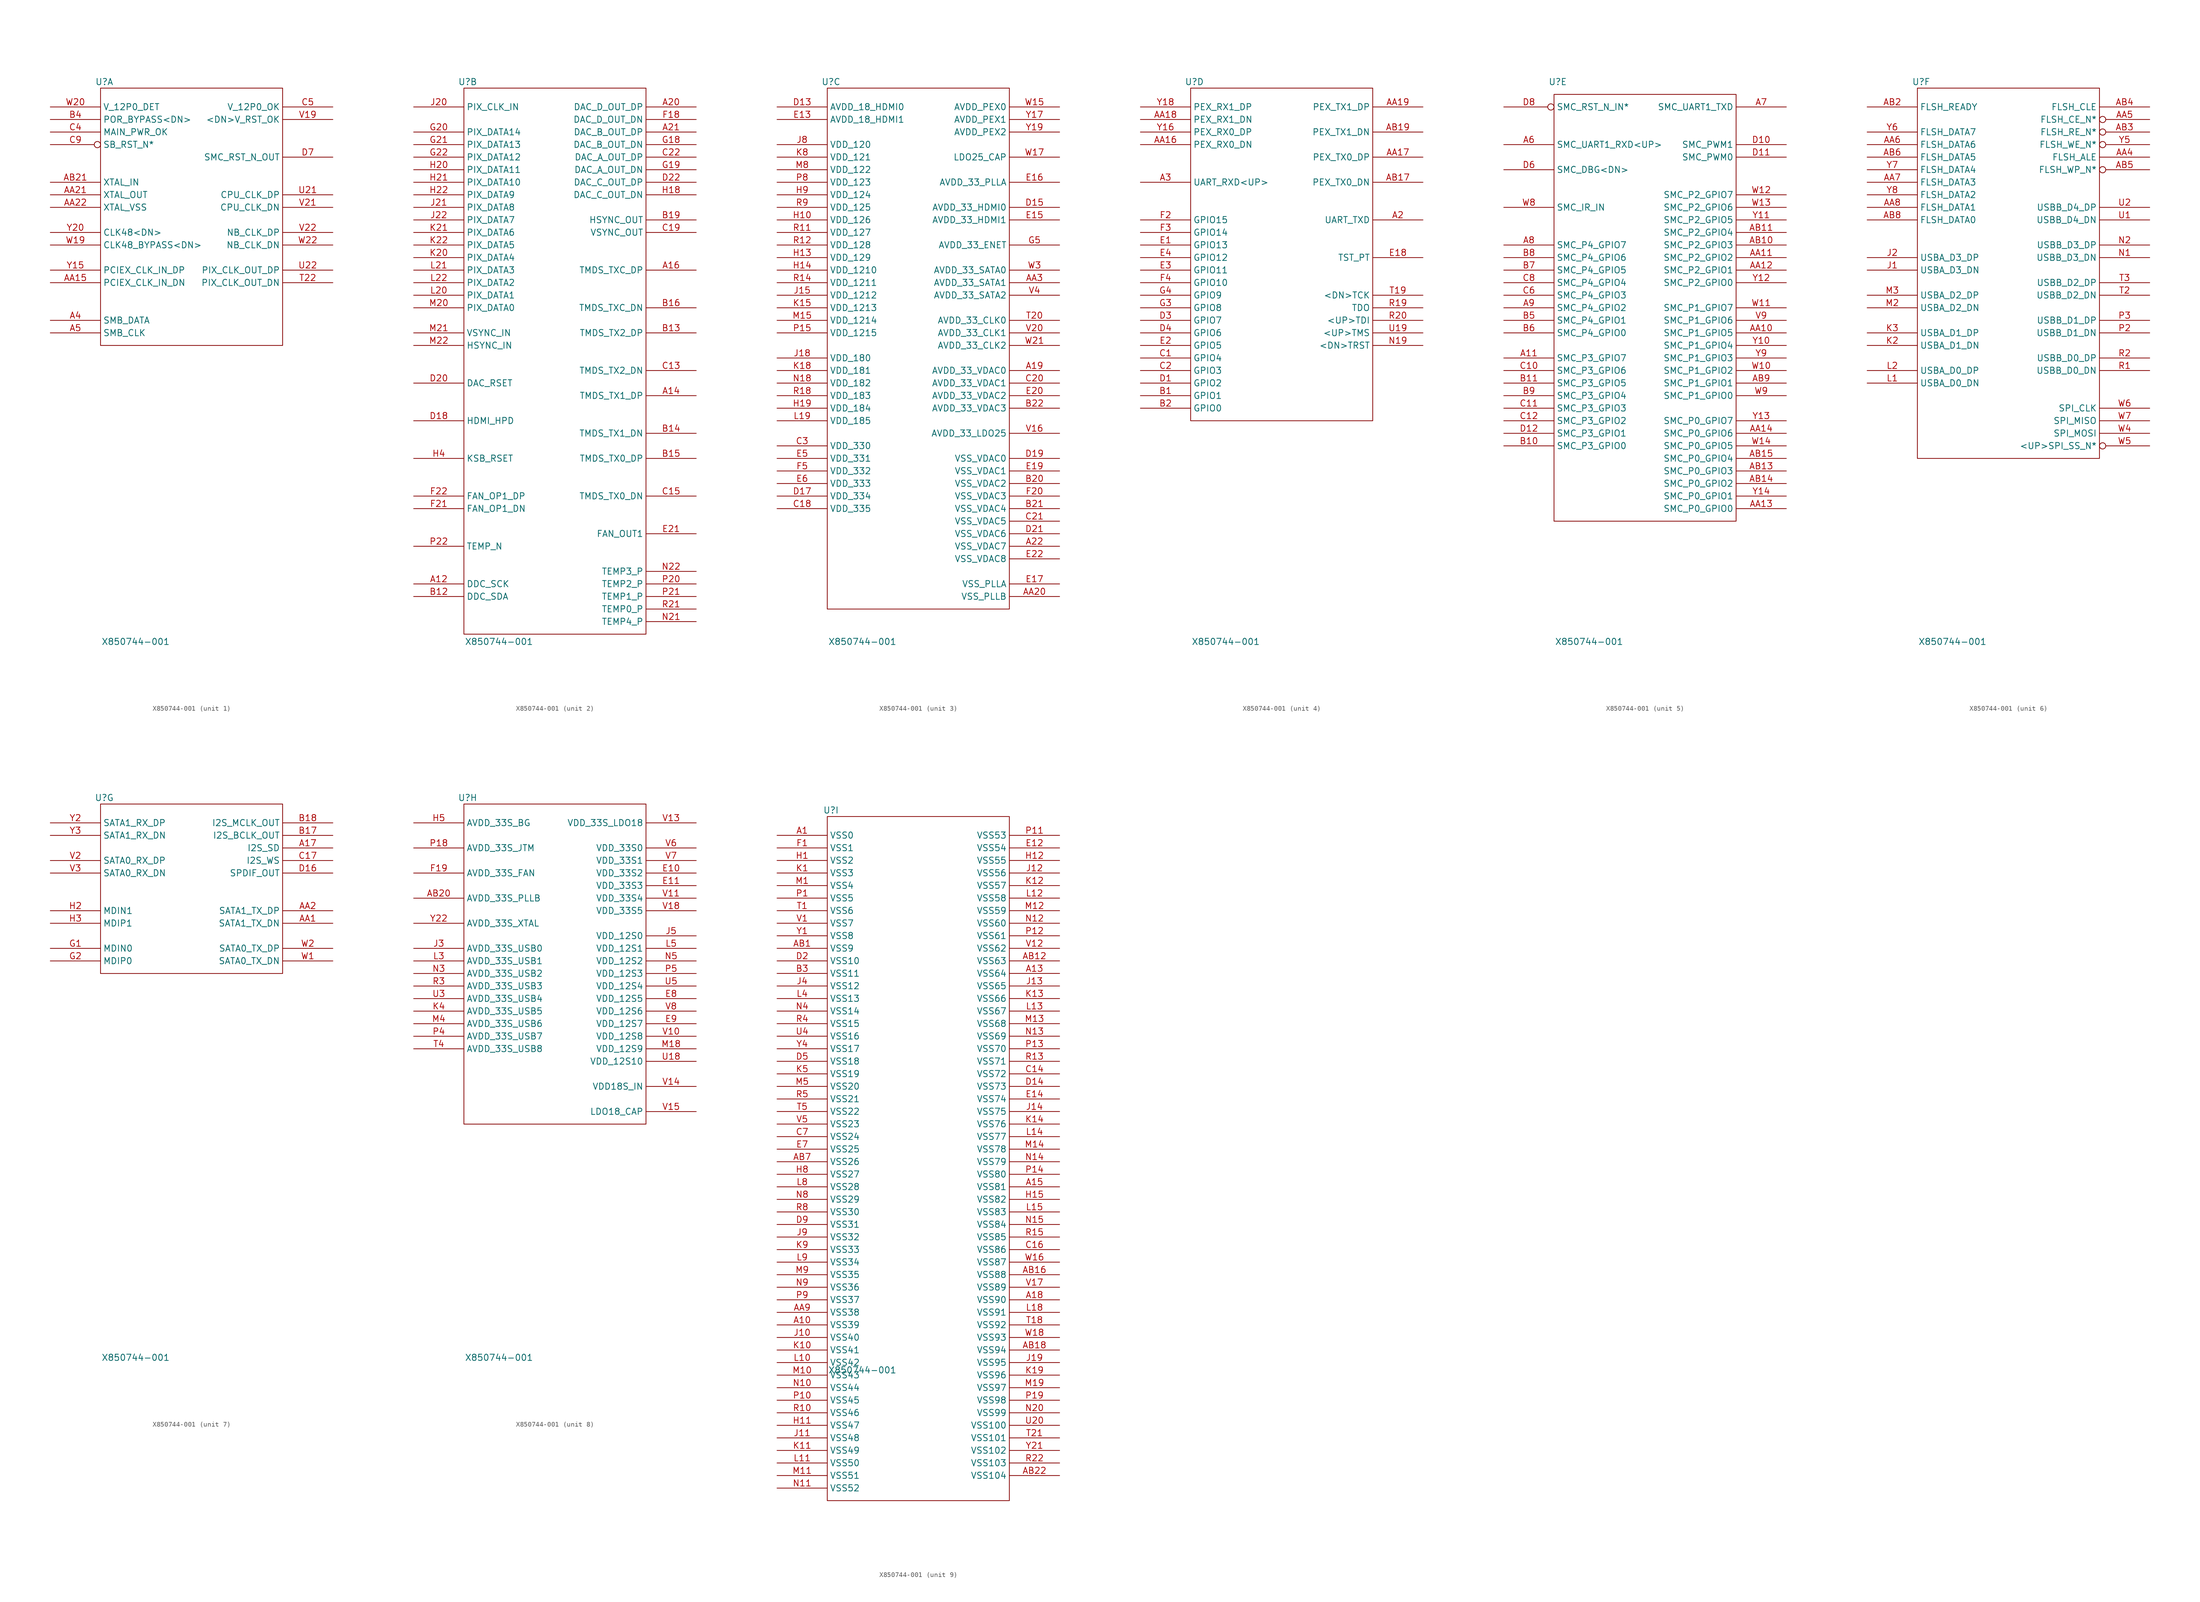
<source format=kicad_sym>
(kicad_symbol_lib
  (version 20241209)
  (generator "kicad_symbol_editor")
  (generator_version "9.0")
  (symbol "X850744-001"
    (property "Reference" "U"
      (at -17.018 27.94 0)
      (effects (font (size 1.27 1.27))))
    (property "Value" "X850744-001"
      (at -10.668 -85.344 0)
      (effects (font (size 1.27 1.27))))
    (property "ki_locked" ""
      (at 0 0 0)
      (effects (font (size 1.27 1.27))))
    (symbol "X850744-001_1_1"
      (unit_name "SETUP")
      (rectangle (start -17.78 26.67) (end 19.05 -25.4) (stroke (width 0) (type default)) (fill (type none)))
      (pin power_in line (at -27.94 22.86 0) (length 10.16) (name "V_12P0_DET" (effects (font (size 1.27 1.27)))) (number "W20" (effects (font (size 1.27 1.27)))))
      (pin input line (at -27.94 20.32 0) (length 10.16) (name "POR_BYPASS<DN>" (effects (font (size 1.27 1.27)))) (number "B4" (effects (font (size 1.27 1.27)))))
      (pin input line (at -27.94 17.78 0) (length 10.16) (name "MAIN_PWR_OK" (effects (font (size 1.27 1.27)))) (number "C4" (effects (font (size 1.27 1.27)))))
      (pin input inverted (at -27.94 15.24 0) (length 10.16) (name "SB_RST_N*" (effects (font (size 1.27 1.27)))) (number "C9" (effects (font (size 1.27 1.27)))))
      (pin input line (at -27.94 7.62 0) (length 10.16) (name "XTAL_IN" (effects (font (size 1.27 1.27)))) (number "AB21" (effects (font (size 1.27 1.27)))))
      (pin output line (at -27.94 5.08 0) (length 10.16) (name "XTAL_OUT" (effects (font (size 1.27 1.27)))) (number "AA21" (effects (font (size 1.27 1.27)))))
      (pin power_in line (at -27.94 2.54 0) (length 10.16) (name "XTAL_VSS" (effects (font (size 1.27 1.27)))) (number "AA22" (effects (font (size 1.27 1.27)))))
      (pin input line (at -27.94 -2.54 0) (length 10.16) (name "CLK48<DN>" (effects (font (size 1.27 1.27)))) (number "Y20" (effects (font (size 1.27 1.27)))))
      (pin input line (at -27.94 -5.08 0) (length 10.16) (name "CLK48_BYPASS<DN>" (effects (font (size 1.27 1.27)))) (number "W19" (effects (font (size 1.27 1.27)))))
      (pin input line (at -27.94 -10.16 0) (length 10.16) (name "PCIEX_CLK_IN_DP" (effects (font (size 1.27 1.27)))) (number "Y15" (effects (font (size 1.27 1.27)))))
      (pin input line (at -27.94 -12.7 0) (length 10.16) (name "PCIEX_CLK_IN_DN" (effects (font (size 1.27 1.27)))) (number "AA15" (effects (font (size 1.27 1.27)))))
      (pin bidirectional line (at -27.94 -20.32 0) (length 10.16) (name "SMB_DATA" (effects (font (size 1.27 1.27)))) (number "A4" (effects (font (size 1.27 1.27)))))
      (pin bidirectional line (at -27.94 -22.86 0) (length 10.16) (name "SMB_CLK" (effects (font (size 1.27 1.27)))) (number "A5" (effects (font (size 1.27 1.27)))))
      (pin output line (at 29.21 22.86 180) (length 10.16) (name "V_12P0_OK" (effects (font (size 1.27 1.27)))) (number "C5" (effects (font (size 1.27 1.27)))))
      (pin output line (at 29.21 20.32 180) (length 10.16) (name "<DN>V_RST_OK" (effects (font (size 1.27 1.27)))) (number "V19" (effects (font (size 1.27 1.27)))))
      (pin output line (at 29.21 12.7 180) (length 10.16) (name "SMC_RST_N_OUT" (effects (font (size 1.27 1.27)))) (number "D7" (effects (font (size 1.27 1.27)))))
      (pin output line (at 29.21 5.08 180) (length 10.16) (name "CPU_CLK_DP" (effects (font (size 1.27 1.27)))) (number "U21" (effects (font (size 1.27 1.27)))))
      (pin output line (at 29.21 2.54 180) (length 10.16) (name "CPU_CLK_DN" (effects (font (size 1.27 1.27)))) (number "V21" (effects (font (size 1.27 1.27)))))
      (pin output line (at 29.21 -2.54 180) (length 10.16) (name "NB_CLK_DP" (effects (font (size 1.27 1.27)))) (number "V22" (effects (font (size 1.27 1.27)))))
      (pin output line (at 29.21 -5.08 180) (length 10.16) (name "NB_CLK_DN" (effects (font (size 1.27 1.27)))) (number "W22" (effects (font (size 1.27 1.27)))))
      (pin output line (at 29.21 -10.16 180) (length 10.16) (name "PIX_CLK_OUT_DP" (effects (font (size 1.27 1.27)))) (number "U22" (effects (font (size 1.27 1.27)))))
      (pin output line (at 29.21 -12.7 180) (length 10.16) (name "PIX_CLK_OUT_DN" (effects (font (size 1.27 1.27)))) (number "T22" (effects (font (size 1.27 1.27))))))
    (symbol "X850744-001_2_1"
      (unit_name "VIDEO + FAN")
      (rectangle (start -17.78 26.67) (end 19.05 -83.82) (stroke (width 0) (type default)) (fill (type none)))
      (pin input line (at -27.94 22.86 0) (length 10.16) (name "PIX_CLK_IN" (effects (font (size 1.27 1.27)))) (number "J20" (effects (font (size 1.27 1.27)))))
      (pin input line (at -27.94 17.78 0) (length 10.16) (name "PIX_DATA14" (effects (font (size 1.27 1.27)))) (number "G20" (effects (font (size 1.27 1.27)))))
      (pin input line (at -27.94 15.24 0) (length 10.16) (name "PIX_DATA13" (effects (font (size 1.27 1.27)))) (number "G21" (effects (font (size 1.27 1.27)))))
      (pin input line (at -27.94 12.7 0) (length 10.16) (name "PIX_DATA12" (effects (font (size 1.27 1.27)))) (number "G22" (effects (font (size 1.27 1.27)))))
      (pin input line (at -27.94 10.16 0) (length 10.16) (name "PIX_DATA11" (effects (font (size 1.27 1.27)))) (number "H20" (effects (font (size 1.27 1.27)))))
      (pin input line (at -27.94 7.62 0) (length 10.16) (name "PIX_DATA10" (effects (font (size 1.27 1.27)))) (number "H21" (effects (font (size 1.27 1.27)))))
      (pin input line (at -27.94 5.08 0) (length 10.16) (name "PIX_DATA9" (effects (font (size 1.27 1.27)))) (number "H22" (effects (font (size 1.27 1.27)))))
      (pin input line (at -27.94 2.54 0) (length 10.16) (name "PIX_DATA8" (effects (font (size 1.27 1.27)))) (number "J21" (effects (font (size 1.27 1.27)))))
      (pin input line (at -27.94 0 0) (length 10.16) (name "PIX_DATA7" (effects (font (size 1.27 1.27)))) (number "J22" (effects (font (size 1.27 1.27)))))
      (pin input line (at -27.94 -2.54 0) (length 10.16) (name "PIX_DATA6" (effects (font (size 1.27 1.27)))) (number "K21" (effects (font (size 1.27 1.27)))))
      (pin input line (at -27.94 -5.08 0) (length 10.16) (name "PIX_DATA5" (effects (font (size 1.27 1.27)))) (number "K22" (effects (font (size 1.27 1.27)))))
      (pin input line (at -27.94 -7.62 0) (length 10.16) (name "PIX_DATA4" (effects (font (size 1.27 1.27)))) (number "K20" (effects (font (size 1.27 1.27)))))
      (pin input line (at -27.94 -10.16 0) (length 10.16) (name "PIX_DATA3" (effects (font (size 1.27 1.27)))) (number "L21" (effects (font (size 1.27 1.27)))))
      (pin input line (at -27.94 -12.7 0) (length 10.16) (name "PIX_DATA2" (effects (font (size 1.27 1.27)))) (number "L22" (effects (font (size 1.27 1.27)))))
      (pin input line (at -27.94 -15.24 0) (length 10.16) (name "PIX_DATA1" (effects (font (size 1.27 1.27)))) (number "L20" (effects (font (size 1.27 1.27)))))
      (pin input line (at -27.94 -17.78 0) (length 10.16) (name "PIX_DATA0" (effects (font (size 1.27 1.27)))) (number "M20" (effects (font (size 1.27 1.27)))))
      (pin input line (at -27.94 -22.86 0) (length 10.16) (name "VSYNC_IN" (effects (font (size 1.27 1.27)))) (number "M21" (effects (font (size 1.27 1.27)))))
      (pin input line (at -27.94 -25.4 0) (length 10.16) (name "HSYNC_IN" (effects (font (size 1.27 1.27)))) (number "M22" (effects (font (size 1.27 1.27)))))
      (pin power_in line (at -27.94 -33.02 0) (length 10.16) (name "DAC_RSET" (effects (font (size 1.27 1.27)))) (number "D20" (effects (font (size 1.27 1.27)))))
      (pin input line (at -27.94 -40.64 0) (length 10.16) (name "HDMI_HPD" (effects (font (size 1.27 1.27)))) (number "D18" (effects (font (size 1.27 1.27)))))
      (pin power_in line (at -27.94 -48.26 0) (length 10.16) (name "KSB_RSET" (effects (font (size 1.27 1.27)))) (number "H4" (effects (font (size 1.27 1.27)))))
      (pin input line (at -27.94 -55.88 0) (length 10.16) (name "FAN_OP1_DP" (effects (font (size 1.27 1.27)))) (number "F22" (effects (font (size 1.27 1.27)))))
      (pin input line (at -27.94 -58.42 0) (length 10.16) (name "FAN_OP1_DN" (effects (font (size 1.27 1.27)))) (number "F21" (effects (font (size 1.27 1.27)))))
      (pin input line (at -27.94 -66.04 0) (length 10.16) (name "TEMP_N" (effects (font (size 1.27 1.27)))) (number "P22" (effects (font (size 1.27 1.27)))))
      (pin bidirectional line (at -27.94 -73.66 0) (length 10.16) (name "DDC_SCK" (effects (font (size 1.27 1.27)))) (number "A12" (effects (font (size 1.27 1.27)))))
      (pin bidirectional line (at -27.94 -76.2 0) (length 10.16) (name "DDC_SDA" (effects (font (size 1.27 1.27)))) (number "B12" (effects (font (size 1.27 1.27)))))
      (pin output line (at 29.21 22.86 180) (length 10.16) (name "DAC_D_OUT_DP" (effects (font (size 1.27 1.27)))) (number "A20" (effects (font (size 1.27 1.27)))))
      (pin output line (at 29.21 20.32 180) (length 10.16) (name "DAC_D_OUT_DN" (effects (font (size 1.27 1.27)))) (number "F18" (effects (font (size 1.27 1.27)))))
      (pin output line (at 29.21 17.78 180) (length 10.16) (name "DAC_B_OUT_DP" (effects (font (size 1.27 1.27)))) (number "A21" (effects (font (size 1.27 1.27)))))
      (pin output line (at 29.21 15.24 180) (length 10.16) (name "DAC_B_OUT_DN" (effects (font (size 1.27 1.27)))) (number "G18" (effects (font (size 1.27 1.27)))))
      (pin output line (at 29.21 12.7 180) (length 10.16) (name "DAC_A_OUT_DP" (effects (font (size 1.27 1.27)))) (number "C22" (effects (font (size 1.27 1.27)))))
      (pin output line (at 29.21 10.16 180) (length 10.16) (name "DAC_A_OUT_DN" (effects (font (size 1.27 1.27)))) (number "G19" (effects (font (size 1.27 1.27)))))
      (pin output line (at 29.21 7.62 180) (length 10.16) (name "DAC_C_OUT_DP" (effects (font (size 1.27 1.27)))) (number "D22" (effects (font (size 1.27 1.27)))))
      (pin output line (at 29.21 5.08 180) (length 10.16) (name "DAC_C_OUT_DN" (effects (font (size 1.27 1.27)))) (number "H18" (effects (font (size 1.27 1.27)))))
      (pin output line (at 29.21 0 180) (length 10.16) (name "HSYNC_OUT" (effects (font (size 1.27 1.27)))) (number "B19" (effects (font (size 1.27 1.27)))))
      (pin output line (at 29.21 -2.54 180) (length 10.16) (name "VSYNC_OUT" (effects (font (size 1.27 1.27)))) (number "C19" (effects (font (size 1.27 1.27)))))
      (pin output line (at 29.21 -10.16 180) (length 10.16) (name "TMDS_TXC_DP" (effects (font (size 1.27 1.27)))) (number "A16" (effects (font (size 1.27 1.27)))))
      (pin output line (at 29.21 -17.78 180) (length 10.16) (name "TMDS_TXC_DN" (effects (font (size 1.27 1.27)))) (number "B16" (effects (font (size 1.27 1.27)))))
      (pin output line (at 29.21 -22.86 180) (length 10.16) (name "TMDS_TX2_DP" (effects (font (size 1.27 1.27)))) (number "B13" (effects (font (size 1.27 1.27)))))
      (pin output line (at 29.21 -30.48 180) (length 10.16) (name "TMDS_TX2_DN" (effects (font (size 1.27 1.27)))) (number "C13" (effects (font (size 1.27 1.27)))))
      (pin output line (at 29.21 -35.56 180) (length 10.16) (name "TMDS_TX1_DP" (effects (font (size 1.27 1.27)))) (number "A14" (effects (font (size 1.27 1.27)))))
      (pin output line (at 29.21 -43.18 180) (length 10.16) (name "TMDS_TX1_DN" (effects (font (size 1.27 1.27)))) (number "B14" (effects (font (size 1.27 1.27)))))
      (pin output line (at 29.21 -48.26 180) (length 10.16) (name "TMDS_TX0_DP" (effects (font (size 1.27 1.27)))) (number "B15" (effects (font (size 1.27 1.27)))))
      (pin output line (at 29.21 -55.88 180) (length 10.16) (name "TMDS_TX0_DN" (effects (font (size 1.27 1.27)))) (number "C15" (effects (font (size 1.27 1.27)))))
      (pin output line (at 29.21 -63.5 180) (length 10.16) (name "FAN_OUT1" (effects (font (size 1.27 1.27)))) (number "E21" (effects (font (size 1.27 1.27)))))
      (pin output line (at 29.21 -71.12 180) (length 10.16) (name "TEMP3_P" (effects (font (size 1.27 1.27)))) (number "N22" (effects (font (size 1.27 1.27)))))
      (pin output line (at 29.21 -73.66 180) (length 10.16) (name "TEMP2_P" (effects (font (size 1.27 1.27)))) (number "P20" (effects (font (size 1.27 1.27)))))
      (pin output line (at 29.21 -76.2 180) (length 10.16) (name "TEMP1_P" (effects (font (size 1.27 1.27)))) (number "P21" (effects (font (size 1.27 1.27)))))
      (pin output line (at 29.21 -78.74 180) (length 10.16) (name "TEMP0_P" (effects (font (size 1.27 1.27)))) (number "R21" (effects (font (size 1.27 1.27)))))
      (pin output line (at 29.21 -81.28 180) (length 10.16) (name "TEMP4_P" (effects (font (size 1.27 1.27)))) (number "N21" (effects (font (size 1.27 1.27))))))
    (symbol "X850744-001_3_1"
      (unit_name "MAIN POWER")
      (rectangle (start -17.78 26.67) (end 19.05 -78.74) (stroke (width 0) (type default)) (fill (type none)))
      (pin power_in line (at -27.94 22.86 0) (length 10.16) (name "AVDD_18_HDMI0" (effects (font (size 1.27 1.27)))) (number "D13" (effects (font (size 1.27 1.27)))))
      (pin power_in line (at -27.94 20.32 0) (length 10.16) (name "AVDD_18_HDMI1" (effects (font (size 1.27 1.27)))) (number "E13" (effects (font (size 1.27 1.27)))))
      (pin power_in line (at -27.94 15.24 0) (length 10.16) (name "VDD_120" (effects (font (size 1.27 1.27)))) (number "J8" (effects (font (size 1.27 1.27)))))
      (pin power_in line (at -27.94 12.7 0) (length 10.16) (name "VDD_121" (effects (font (size 1.27 1.27)))) (number "K8" (effects (font (size 1.27 1.27)))))
      (pin power_in line (at -27.94 10.16 0) (length 10.16) (name "VDD_122" (effects (font (size 1.27 1.27)))) (number "M8" (effects (font (size 1.27 1.27)))))
      (pin power_in line (at -27.94 7.62 0) (length 10.16) (name "VDD_123" (effects (font (size 1.27 1.27)))) (number "P8" (effects (font (size 1.27 1.27)))))
      (pin power_in line (at -27.94 5.08 0) (length 10.16) (name "VDD_124" (effects (font (size 1.27 1.27)))) (number "H9" (effects (font (size 1.27 1.27)))))
      (pin power_in line (at -27.94 2.54 0) (length 10.16) (name "VDD_125" (effects (font (size 1.27 1.27)))) (number "R9" (effects (font (size 1.27 1.27)))))
      (pin power_in line (at -27.94 0 0) (length 10.16) (name "VDD_126" (effects (font (size 1.27 1.27)))) (number "H10" (effects (font (size 1.27 1.27)))))
      (pin power_in line (at -27.94 -2.54 0) (length 10.16) (name "VDD_127" (effects (font (size 1.27 1.27)))) (number "R11" (effects (font (size 1.27 1.27)))))
      (pin power_in line (at -27.94 -5.08 0) (length 10.16) (name "VDD_128" (effects (font (size 1.27 1.27)))) (number "R12" (effects (font (size 1.27 1.27)))))
      (pin power_in line (at -27.94 -7.62 0) (length 10.16) (name "VDD_129" (effects (font (size 1.27 1.27)))) (number "H13" (effects (font (size 1.27 1.27)))))
      (pin power_in line (at -27.94 -10.16 0) (length 10.16) (name "VDD_1210" (effects (font (size 1.27 1.27)))) (number "H14" (effects (font (size 1.27 1.27)))))
      (pin power_in line (at -27.94 -12.7 0) (length 10.16) (name "VDD_1211" (effects (font (size 1.27 1.27)))) (number "R14" (effects (font (size 1.27 1.27)))))
      (pin power_in line (at -27.94 -15.24 0) (length 10.16) (name "VDD_1212" (effects (font (size 1.27 1.27)))) (number "J15" (effects (font (size 1.27 1.27)))))
      (pin power_in line (at -27.94 -17.78 0) (length 10.16) (name "VDD_1213" (effects (font (size 1.27 1.27)))) (number "K15" (effects (font (size 1.27 1.27)))))
      (pin power_in line (at -27.94 -20.32 0) (length 10.16) (name "VDD_1214" (effects (font (size 1.27 1.27)))) (number "M15" (effects (font (size 1.27 1.27)))))
      (pin power_in line (at -27.94 -22.86 0) (length 10.16) (name "VDD_1215" (effects (font (size 1.27 1.27)))) (number "P15" (effects (font (size 1.27 1.27)))))
      (pin power_in line (at -27.94 -27.94 0) (length 10.16) (name "VDD_180" (effects (font (size 1.27 1.27)))) (number "J18" (effects (font (size 1.27 1.27)))))
      (pin power_in line (at -27.94 -30.48 0) (length 10.16) (name "VDD_181" (effects (font (size 1.27 1.27)))) (number "K18" (effects (font (size 1.27 1.27)))))
      (pin power_in line (at -27.94 -33.02 0) (length 10.16) (name "VDD_182" (effects (font (size 1.27 1.27)))) (number "N18" (effects (font (size 1.27 1.27)))))
      (pin power_in line (at -27.94 -35.56 0) (length 10.16) (name "VDD_183" (effects (font (size 1.27 1.27)))) (number "R18" (effects (font (size 1.27 1.27)))))
      (pin power_in line (at -27.94 -38.1 0) (length 10.16) (name "VDD_184" (effects (font (size 1.27 1.27)))) (number "H19" (effects (font (size 1.27 1.27)))))
      (pin power_in line (at -27.94 -40.64 0) (length 10.16) (name "VDD_185" (effects (font (size 1.27 1.27)))) (number "L19" (effects (font (size 1.27 1.27)))))
      (pin power_in line (at -27.94 -45.72 0) (length 10.16) (name "VDD_330" (effects (font (size 1.27 1.27)))) (number "C3" (effects (font (size 1.27 1.27)))))
      (pin power_in line (at -27.94 -48.26 0) (length 10.16) (name "VDD_331" (effects (font (size 1.27 1.27)))) (number "E5" (effects (font (size 1.27 1.27)))))
      (pin power_in line (at -27.94 -50.8 0) (length 10.16) (name "VDD_332" (effects (font (size 1.27 1.27)))) (number "F5" (effects (font (size 1.27 1.27)))))
      (pin power_in line (at -27.94 -53.34 0) (length 10.16) (name "VDD_333" (effects (font (size 1.27 1.27)))) (number "E6" (effects (font (size 1.27 1.27)))))
      (pin power_in line (at -27.94 -55.88 0) (length 10.16) (name "VDD_334" (effects (font (size 1.27 1.27)))) (number "D17" (effects (font (size 1.27 1.27)))))
      (pin power_in line (at -27.94 -58.42 0) (length 10.16) (name "VDD_335" (effects (font (size 1.27 1.27)))) (number "C18" (effects (font (size 1.27 1.27)))))
      (pin power_in line (at 29.21 22.86 180) (length 10.16) (name "AVDD_PEX0" (effects (font (size 1.27 1.27)))) (number "W15" (effects (font (size 1.27 1.27)))))
      (pin power_in line (at 29.21 20.32 180) (length 10.16) (name "AVDD_PEX1" (effects (font (size 1.27 1.27)))) (number "Y17" (effects (font (size 1.27 1.27)))))
      (pin power_in line (at 29.21 17.78 180) (length 10.16) (name "AVDD_PEX2" (effects (font (size 1.27 1.27)))) (number "Y19" (effects (font (size 1.27 1.27)))))
      (pin power_out line (at 29.21 12.7 180) (length 10.16) (name "LDO25_CAP" (effects (font (size 1.27 1.27)))) (number "W17" (effects (font (size 1.27 1.27)))))
      (pin power_in line (at 29.21 7.62 180) (length 10.16) (name "AVDD_33_PLLA" (effects (font (size 1.27 1.27)))) (number "E16" (effects (font (size 1.27 1.27)))))
      (pin power_in line (at 29.21 2.54 180) (length 10.16) (name "AVDD_33_HDMI0" (effects (font (size 1.27 1.27)))) (number "D15" (effects (font (size 1.27 1.27)))))
      (pin power_in line (at 29.21 0 180) (length 10.16) (name "AVDD_33_HDMI1" (effects (font (size 1.27 1.27)))) (number "E15" (effects (font (size 1.27 1.27)))))
      (pin power_in line (at 29.21 -5.08 180) (length 10.16) (name "AVDD_33_ENET" (effects (font (size 1.27 1.27)))) (number "G5" (effects (font (size 1.27 1.27)))))
      (pin power_in line (at 29.21 -10.16 180) (length 10.16) (name "AVDD_33_SATA0" (effects (font (size 1.27 1.27)))) (number "W3" (effects (font (size 1.27 1.27)))))
      (pin power_in line (at 29.21 -12.7 180) (length 10.16) (name "AVDD_33_SATA1" (effects (font (size 1.27 1.27)))) (number "AA3" (effects (font (size 1.27 1.27)))))
      (pin power_in line (at 29.21 -15.24 180) (length 10.16) (name "AVDD_33_SATA2" (effects (font (size 1.27 1.27)))) (number "V4" (effects (font (size 1.27 1.27)))))
      (pin power_in line (at 29.21 -20.32 180) (length 10.16) (name "AVDD_33_CLK0" (effects (font (size 1.27 1.27)))) (number "T20" (effects (font (size 1.27 1.27)))))
      (pin power_in line (at 29.21 -22.86 180) (length 10.16) (name "AVDD_33_CLK1" (effects (font (size 1.27 1.27)))) (number "V20" (effects (font (size 1.27 1.27)))))
      (pin power_in line (at 29.21 -25.4 180) (length 10.16) (name "AVDD_33_CLK2" (effects (font (size 1.27 1.27)))) (number "W21" (effects (font (size 1.27 1.27)))))
      (pin power_in line (at 29.21 -30.48 180) (length 10.16) (name "AVDD_33_VDAC0" (effects (font (size 1.27 1.27)))) (number "A19" (effects (font (size 1.27 1.27)))))
      (pin power_in line (at 29.21 -33.02 180) (length 10.16) (name "AVDD_33_VDAC1" (effects (font (size 1.27 1.27)))) (number "C20" (effects (font (size 1.27 1.27)))))
      (pin power_in line (at 29.21 -35.56 180) (length 10.16) (name "AVDD_33_VDAC2" (effects (font (size 1.27 1.27)))) (number "E20" (effects (font (size 1.27 1.27)))))
      (pin power_in line (at 29.21 -38.1 180) (length 10.16) (name "AVDD_33_VDAC3" (effects (font (size 1.27 1.27)))) (number "B22" (effects (font (size 1.27 1.27)))))
      (pin power_in line (at 29.21 -43.18 180) (length 10.16) (name "AVDD_33_LDO25" (effects (font (size 1.27 1.27)))) (number "V16" (effects (font (size 1.27 1.27)))))
      (pin power_in line (at 29.21 -48.26 180) (length 10.16) (name "VSS_VDAC0" (effects (font (size 1.27 1.27)))) (number "D19" (effects (font (size 1.27 1.27)))))
      (pin power_in line (at 29.21 -50.8 180) (length 10.16) (name "VSS_VDAC1" (effects (font (size 1.27 1.27)))) (number "E19" (effects (font (size 1.27 1.27)))))
      (pin power_in line (at 29.21 -53.34 180) (length 10.16) (name "VSS_VDAC2" (effects (font (size 1.27 1.27)))) (number "B20" (effects (font (size 1.27 1.27)))))
      (pin power_in line (at 29.21 -55.88 180) (length 10.16) (name "VSS_VDAC3" (effects (font (size 1.27 1.27)))) (number "F20" (effects (font (size 1.27 1.27)))))
      (pin power_in line (at 29.21 -58.42 180) (length 10.16) (name "VSS_VDAC4" (effects (font (size 1.27 1.27)))) (number "B21" (effects (font (size 1.27 1.27)))))
      (pin power_in line (at 29.21 -60.96 180) (length 10.16) (name "VSS_VDAC5" (effects (font (size 1.27 1.27)))) (number "C21" (effects (font (size 1.27 1.27)))))
      (pin power_in line (at 29.21 -63.5 180) (length 10.16) (name "VSS_VDAC6" (effects (font (size 1.27 1.27)))) (number "D21" (effects (font (size 1.27 1.27)))))
      (pin power_in line (at 29.21 -66.04 180) (length 10.16) (name "VSS_VDAC7" (effects (font (size 1.27 1.27)))) (number "A22" (effects (font (size 1.27 1.27)))))
      (pin power_in line (at 29.21 -68.58 180) (length 10.16) (name "VSS_VDAC8" (effects (font (size 1.27 1.27)))) (number "E22" (effects (font (size 1.27 1.27)))))
      (pin power_in line (at 29.21 -73.66 180) (length 10.16) (name "VSS_PLLA" (effects (font (size 1.27 1.27)))) (number "E17" (effects (font (size 1.27 1.27)))))
      (pin power_in line (at 29.21 -76.2 180) (length 10.16) (name "VSS_PLLB" (effects (font (size 1.27 1.27)))) (number "AA20" (effects (font (size 1.27 1.27))))))
    (symbol "X850744-001_4_1"
      (unit_name "PCIEX + SMM GPIO + JTAG")
      (rectangle (start -17.78 26.67) (end 19.05 -40.64) (stroke (width 0) (type default)) (fill (type none)))
      (pin input line (at -27.94 22.86 0) (length 10.16) (name "PEX_RX1_DP" (effects (font (size 1.27 1.27)))) (number "Y18" (effects (font (size 1.27 1.27)))))
      (pin input line (at -27.94 20.32 0) (length 10.16) (name "PEX_RX1_DN" (effects (font (size 1.27 1.27)))) (number "AA18" (effects (font (size 1.27 1.27)))))
      (pin input line (at -27.94 17.78 0) (length 10.16) (name "PEX_RX0_DP" (effects (font (size 1.27 1.27)))) (number "Y16" (effects (font (size 1.27 1.27)))))
      (pin input line (at -27.94 15.24 0) (length 10.16) (name "PEX_RX0_DN" (effects (font (size 1.27 1.27)))) (number "AA16" (effects (font (size 1.27 1.27)))))
      (pin input line (at -27.94 7.62 0) (length 10.16) (name "UART_RXD<UP>" (effects (font (size 1.27 1.27)))) (number "A3" (effects (font (size 1.27 1.27)))))
      (pin bidirectional line (at -27.94 0 0) (length 10.16) (name "GPIO15" (effects (font (size 1.27 1.27)))) (number "F2" (effects (font (size 1.27 1.27)))))
      (pin bidirectional line (at -27.94 -2.54 0) (length 10.16) (name "GPIO14" (effects (font (size 1.27 1.27)))) (number "F3" (effects (font (size 1.27 1.27)))))
      (pin bidirectional line (at -27.94 -5.08 0) (length 10.16) (name "GPIO13" (effects (font (size 1.27 1.27)))) (number "E1" (effects (font (size 1.27 1.27)))))
      (pin bidirectional line (at -27.94 -7.62 0) (length 10.16) (name "GPIO12" (effects (font (size 1.27 1.27)))) (number "E4" (effects (font (size 1.27 1.27)))))
      (pin bidirectional line (at -27.94 -10.16 0) (length 10.16) (name "GPIO11" (effects (font (size 1.27 1.27)))) (number "E3" (effects (font (size 1.27 1.27)))))
      (pin bidirectional line (at -27.94 -12.7 0) (length 10.16) (name "GPIO10" (effects (font (size 1.27 1.27)))) (number "F4" (effects (font (size 1.27 1.27)))))
      (pin bidirectional line (at -27.94 -15.24 0) (length 10.16) (name "GPIO9" (effects (font (size 1.27 1.27)))) (number "G4" (effects (font (size 1.27 1.27)))))
      (pin bidirectional line (at -27.94 -17.78 0) (length 10.16) (name "GPIO8" (effects (font (size 1.27 1.27)))) (number "G3" (effects (font (size 1.27 1.27)))))
      (pin bidirectional line (at -27.94 -20.32 0) (length 10.16) (name "GPIO7" (effects (font (size 1.27 1.27)))) (number "D3" (effects (font (size 1.27 1.27)))))
      (pin bidirectional line (at -27.94 -22.86 0) (length 10.16) (name "GPIO6" (effects (font (size 1.27 1.27)))) (number "D4" (effects (font (size 1.27 1.27)))))
      (pin bidirectional line (at -27.94 -25.4 0) (length 10.16) (name "GPIO5" (effects (font (size 1.27 1.27)))) (number "E2" (effects (font (size 1.27 1.27)))))
      (pin bidirectional line (at -27.94 -27.94 0) (length 10.16) (name "GPIO4" (effects (font (size 1.27 1.27)))) (number "C1" (effects (font (size 1.27 1.27)))))
      (pin bidirectional line (at -27.94 -30.48 0) (length 10.16) (name "GPIO3" (effects (font (size 1.27 1.27)))) (number "C2" (effects (font (size 1.27 1.27)))))
      (pin bidirectional line (at -27.94 -33.02 0) (length 10.16) (name "GPIO2" (effects (font (size 1.27 1.27)))) (number "D1" (effects (font (size 1.27 1.27)))))
      (pin bidirectional line (at -27.94 -35.56 0) (length 10.16) (name "GPIO1" (effects (font (size 1.27 1.27)))) (number "B1" (effects (font (size 1.27 1.27)))))
      (pin bidirectional line (at -27.94 -38.1 0) (length 10.16) (name "GPIO0" (effects (font (size 1.27 1.27)))) (number "B2" (effects (font (size 1.27 1.27)))))
      (pin output line (at 29.21 22.86 180) (length 10.16) (name "PEX_TX1_DP" (effects (font (size 1.27 1.27)))) (number "AA19" (effects (font (size 1.27 1.27)))))
      (pin output line (at 29.21 17.78 180) (length 10.16) (name "PEX_TX1_DN" (effects (font (size 1.27 1.27)))) (number "AB19" (effects (font (size 1.27 1.27)))))
      (pin output line (at 29.21 12.7 180) (length 10.16) (name "PEX_TX0_DP" (effects (font (size 1.27 1.27)))) (number "AA17" (effects (font (size 1.27 1.27)))))
      (pin output line (at 29.21 7.62 180) (length 10.16) (name "PEX_TX0_DN" (effects (font (size 1.27 1.27)))) (number "AB17" (effects (font (size 1.27 1.27)))))
      (pin output line (at 29.21 0 180) (length 10.16) (name "UART_TXD" (effects (font (size 1.27 1.27)))) (number "A2" (effects (font (size 1.27 1.27)))))
      (pin output line (at 29.21 -7.62 180) (length 10.16) (name "TST_PT" (effects (font (size 1.27 1.27)))) (number "E18" (effects (font (size 1.27 1.27)))))
      (pin input line (at 29.21 -15.24 180) (length 10.16) (name "<DN>TCK" (effects (font (size 1.27 1.27)))) (number "T19" (effects (font (size 1.27 1.27)))))
      (pin output line (at 29.21 -17.78 180) (length 10.16) (name "TDO" (effects (font (size 1.27 1.27)))) (number "R19" (effects (font (size 1.27 1.27)))))
      (pin input line (at 29.21 -20.32 180) (length 10.16) (name "<UP>TDI" (effects (font (size 1.27 1.27)))) (number "R20" (effects (font (size 1.27 1.27)))))
      (pin input line (at 29.21 -22.86 180) (length 10.16) (name "<UP>TMS" (effects (font (size 1.27 1.27)))) (number "U19" (effects (font (size 1.27 1.27)))))
      (pin input line (at 29.21 -25.4 180) (length 10.16) (name "<DN>TRST" (effects (font (size 1.27 1.27)))) (number "N19" (effects (font (size 1.27 1.27))))))
    (symbol "X850744-001_5_1"
      (unit_name "SMC")
      (rectangle (start -17.78 25.4) (end 19.05 -60.96) (stroke (width 0) (type default)) (fill (type none)))
      (pin input inverted (at -27.94 22.86 0) (length 10.16) (name "SMC_RST_N_IN*" (effects (font (size 1.27 1.27)))) (number "D8" (effects (font (size 1.27 1.27)))))
      (pin input line (at -27.94 15.24 0) (length 10.16) (name "SMC_UART1_RXD<UP>" (effects (font (size 1.27 1.27)))) (number "A6" (effects (font (size 1.27 1.27)))))
      (pin input line (at -27.94 10.16 0) (length 10.16) (name "SMC_DBG<DN>" (effects (font (size 1.27 1.27)))) (number "D6" (effects (font (size 1.27 1.27)))))
      (pin input line (at -27.94 2.54 0) (length 10.16) (name "SMC_IR_IN" (effects (font (size 1.27 1.27)))) (number "W8" (effects (font (size 1.27 1.27)))))
      (pin bidirectional line (at -27.94 -5.08 0) (length 10.16) (name "SMC_P4_GPIO7" (effects (font (size 1.27 1.27)))) (number "A8" (effects (font (size 1.27 1.27)))))
      (pin bidirectional line (at -27.94 -7.62 0) (length 10.16) (name "SMC_P4_GPIO6" (effects (font (size 1.27 1.27)))) (number "B8" (effects (font (size 1.27 1.27)))))
      (pin bidirectional line (at -27.94 -10.16 0) (length 10.16) (name "SMC_P4_GPIO5" (effects (font (size 1.27 1.27)))) (number "B7" (effects (font (size 1.27 1.27)))))
      (pin bidirectional line (at -27.94 -12.7 0) (length 10.16) (name "SMC_P4_GPIO4" (effects (font (size 1.27 1.27)))) (number "C8" (effects (font (size 1.27 1.27)))))
      (pin bidirectional line (at -27.94 -15.24 0) (length 10.16) (name "SMC_P4_GPIO3" (effects (font (size 1.27 1.27)))) (number "C6" (effects (font (size 1.27 1.27)))))
      (pin bidirectional line (at -27.94 -17.78 0) (length 10.16) (name "SMC_P4_GPIO2" (effects (font (size 1.27 1.27)))) (number "A9" (effects (font (size 1.27 1.27)))))
      (pin bidirectional line (at -27.94 -20.32 0) (length 10.16) (name "SMC_P4_GPIO1" (effects (font (size 1.27 1.27)))) (number "B5" (effects (font (size 1.27 1.27)))))
      (pin bidirectional line (at -27.94 -22.86 0) (length 10.16) (name "SMC_P4_GPIO0" (effects (font (size 1.27 1.27)))) (number "B6" (effects (font (size 1.27 1.27)))))
      (pin bidirectional line (at -27.94 -27.94 0) (length 10.16) (name "SMC_P3_GPIO7" (effects (font (size 1.27 1.27)))) (number "A11" (effects (font (size 1.27 1.27)))))
      (pin bidirectional line (at -27.94 -30.48 0) (length 10.16) (name "SMC_P3_GPIO6" (effects (font (size 1.27 1.27)))) (number "C10" (effects (font (size 1.27 1.27)))))
      (pin bidirectional line (at -27.94 -33.02 0) (length 10.16) (name "SMC_P3_GPIO5" (effects (font (size 1.27 1.27)))) (number "B11" (effects (font (size 1.27 1.27)))))
      (pin bidirectional line (at -27.94 -35.56 0) (length 10.16) (name "SMC_P3_GPIO4" (effects (font (size 1.27 1.27)))) (number "B9" (effects (font (size 1.27 1.27)))))
      (pin bidirectional line (at -27.94 -38.1 0) (length 10.16) (name "SMC_P3_GPIO3" (effects (font (size 1.27 1.27)))) (number "C11" (effects (font (size 1.27 1.27)))))
      (pin bidirectional line (at -27.94 -40.64 0) (length 10.16) (name "SMC_P3_GPIO2" (effects (font (size 1.27 1.27)))) (number "C12" (effects (font (size 1.27 1.27)))))
      (pin bidirectional line (at -27.94 -43.18 0) (length 10.16) (name "SMC_P3_GPIO1" (effects (font (size 1.27 1.27)))) (number "D12" (effects (font (size 1.27 1.27)))))
      (pin bidirectional line (at -27.94 -45.72 0) (length 10.16) (name "SMC_P3_GPIO0" (effects (font (size 1.27 1.27)))) (number "B10" (effects (font (size 1.27 1.27)))))
      (pin output line (at 29.21 22.86 180) (length 10.16) (name "SMC_UART1_TXD" (effects (font (size 1.27 1.27)))) (number "A7" (effects (font (size 1.27 1.27)))))
      (pin output line (at 29.21 15.24 180) (length 10.16) (name "SMC_PWM1" (effects (font (size 1.27 1.27)))) (number "D10" (effects (font (size 1.27 1.27)))))
      (pin output line (at 29.21 12.7 180) (length 10.16) (name "SMC_PWM0" (effects (font (size 1.27 1.27)))) (number "D11" (effects (font (size 1.27 1.27)))))
      (pin bidirectional line (at 29.21 5.08 180) (length 10.16) (name "SMC_P2_GPIO7" (effects (font (size 1.27 1.27)))) (number "W12" (effects (font (size 1.27 1.27)))))
      (pin bidirectional line (at 29.21 2.54 180) (length 10.16) (name "SMC_P2_GPIO6" (effects (font (size 1.27 1.27)))) (number "W13" (effects (font (size 1.27 1.27)))))
      (pin bidirectional line (at 29.21 0 180) (length 10.16) (name "SMC_P2_GPIO5" (effects (font (size 1.27 1.27)))) (number "Y11" (effects (font (size 1.27 1.27)))))
      (pin bidirectional line (at 29.21 -2.54 180) (length 10.16) (name "SMC_P2_GPIO4" (effects (font (size 1.27 1.27)))) (number "AB11" (effects (font (size 1.27 1.27)))))
      (pin bidirectional line (at 29.21 -5.08 180) (length 10.16) (name "SMC_P2_GPIO3" (effects (font (size 1.27 1.27)))) (number "AB10" (effects (font (size 1.27 1.27)))))
      (pin bidirectional line (at 29.21 -7.62 180) (length 10.16) (name "SMC_P2_GPIO2" (effects (font (size 1.27 1.27)))) (number "AA11" (effects (font (size 1.27 1.27)))))
      (pin bidirectional line (at 29.21 -10.16 180) (length 10.16) (name "SMC_P2_GPIO1" (effects (font (size 1.27 1.27)))) (number "AA12" (effects (font (size 1.27 1.27)))))
      (pin bidirectional line (at 29.21 -12.7 180) (length 10.16) (name "SMC_P2_GPIO0" (effects (font (size 1.27 1.27)))) (number "Y12" (effects (font (size 1.27 1.27)))))
      (pin bidirectional line (at 29.21 -17.78 180) (length 10.16) (name "SMC_P1_GPIO7" (effects (font (size 1.27 1.27)))) (number "W11" (effects (font (size 1.27 1.27)))))
      (pin bidirectional line (at 29.21 -20.32 180) (length 10.16) (name "SMC_P1_GPIO6" (effects (font (size 1.27 1.27)))) (number "V9" (effects (font (size 1.27 1.27)))))
      (pin bidirectional line (at 29.21 -22.86 180) (length 10.16) (name "SMC_P1_GPIO5" (effects (font (size 1.27 1.27)))) (number "AA10" (effects (font (size 1.27 1.27)))))
      (pin bidirectional line (at 29.21 -25.4 180) (length 10.16) (name "SMC_P1_GPIO4" (effects (font (size 1.27 1.27)))) (number "Y10" (effects (font (size 1.27 1.27)))))
      (pin bidirectional line (at 29.21 -27.94 180) (length 10.16) (name "SMC_P1_GPIO3" (effects (font (size 1.27 1.27)))) (number "Y9" (effects (font (size 1.27 1.27)))))
      (pin bidirectional line (at 29.21 -30.48 180) (length 10.16) (name "SMC_P1_GPIO2" (effects (font (size 1.27 1.27)))) (number "W10" (effects (font (size 1.27 1.27)))))
      (pin bidirectional line (at 29.21 -33.02 180) (length 10.16) (name "SMC_P1_GPIO1" (effects (font (size 1.27 1.27)))) (number "AB9" (effects (font (size 1.27 1.27)))))
      (pin bidirectional line (at 29.21 -35.56 180) (length 10.16) (name "SMC_P1_GPIO0" (effects (font (size 1.27 1.27)))) (number "W9" (effects (font (size 1.27 1.27)))))
      (pin bidirectional line (at 29.21 -40.64 180) (length 10.16) (name "SMC_P0_GPIO7" (effects (font (size 1.27 1.27)))) (number "Y13" (effects (font (size 1.27 1.27)))))
      (pin bidirectional line (at 29.21 -43.18 180) (length 10.16) (name "SMC_P0_GPIO6" (effects (font (size 1.27 1.27)))) (number "AA14" (effects (font (size 1.27 1.27)))))
      (pin bidirectional line (at 29.21 -45.72 180) (length 10.16) (name "SMC_P0_GPIO5" (effects (font (size 1.27 1.27)))) (number "W14" (effects (font (size 1.27 1.27)))))
      (pin bidirectional line (at 29.21 -48.26 180) (length 10.16) (name "SMC_P0_GPIO4" (effects (font (size 1.27 1.27)))) (number "AB15" (effects (font (size 1.27 1.27)))))
      (pin bidirectional line (at 29.21 -50.8 180) (length 10.16) (name "SMC_P0_GPIO3" (effects (font (size 1.27 1.27)))) (number "AB13" (effects (font (size 1.27 1.27)))))
      (pin bidirectional line (at 29.21 -53.34 180) (length 10.16) (name "SMC_P0_GPIO2" (effects (font (size 1.27 1.27)))) (number "AB14" (effects (font (size 1.27 1.27)))))
      (pin bidirectional line (at 29.21 -55.88 180) (length 10.16) (name "SMC_P0_GPIO1" (effects (font (size 1.27 1.27)))) (number "Y14" (effects (font (size 1.27 1.27)))))
      (pin bidirectional line (at 29.21 -58.42 180) (length 10.16) (name "SMC_P0_GPIO0" (effects (font (size 1.27 1.27)))) (number "AA13" (effects (font (size 1.27 1.27))))))
    (symbol "X850744-001_6_1"
      (unit_name "FLASH + USB + SPI")
      (rectangle (start -17.78 26.67) (end 19.05 -48.26) (stroke (width 0) (type default)) (fill (type none)))
      (pin input line (at -27.94 22.86 0) (length 10.16) (name "FLSH_READY" (effects (font (size 1.27 1.27)))) (number "AB2" (effects (font (size 1.27 1.27)))))
      (pin bidirectional line (at -27.94 17.78 0) (length 10.16) (name "FLSH_DATA7" (effects (font (size 1.27 1.27)))) (number "Y6" (effects (font (size 1.27 1.27)))))
      (pin bidirectional line (at -27.94 15.24 0) (length 10.16) (name "FLSH_DATA6" (effects (font (size 1.27 1.27)))) (number "AA6" (effects (font (size 1.27 1.27)))))
      (pin bidirectional line (at -27.94 12.7 0) (length 10.16) (name "FLSH_DATA5" (effects (font (size 1.27 1.27)))) (number "AB6" (effects (font (size 1.27 1.27)))))
      (pin bidirectional line (at -27.94 10.16 0) (length 10.16) (name "FLSH_DATA4" (effects (font (size 1.27 1.27)))) (number "Y7" (effects (font (size 1.27 1.27)))))
      (pin bidirectional line (at -27.94 7.62 0) (length 10.16) (name "FLSH_DATA3" (effects (font (size 1.27 1.27)))) (number "AA7" (effects (font (size 1.27 1.27)))))
      (pin bidirectional line (at -27.94 5.08 0) (length 10.16) (name "FLSH_DATA2" (effects (font (size 1.27 1.27)))) (number "Y8" (effects (font (size 1.27 1.27)))))
      (pin bidirectional line (at -27.94 2.54 0) (length 10.16) (name "FLSH_DATA1" (effects (font (size 1.27 1.27)))) (number "AA8" (effects (font (size 1.27 1.27)))))
      (pin bidirectional line (at -27.94 0 0) (length 10.16) (name "FLSH_DATA0" (effects (font (size 1.27 1.27)))) (number "AB8" (effects (font (size 1.27 1.27)))))
      (pin bidirectional line (at -27.94 -7.62 0) (length 10.16) (name "USBA_D3_DP" (effects (font (size 1.27 1.27)))) (number "J2" (effects (font (size 1.27 1.27)))))
      (pin bidirectional line (at -27.94 -10.16 0) (length 10.16) (name "USBA_D3_DN" (effects (font (size 1.27 1.27)))) (number "J1" (effects (font (size 1.27 1.27)))))
      (pin bidirectional line (at -27.94 -15.24 0) (length 10.16) (name "USBA_D2_DP" (effects (font (size 1.27 1.27)))) (number "M3" (effects (font (size 1.27 1.27)))))
      (pin bidirectional line (at -27.94 -17.78 0) (length 10.16) (name "USBA_D2_DN" (effects (font (size 1.27 1.27)))) (number "M2" (effects (font (size 1.27 1.27)))))
      (pin bidirectional line (at -27.94 -22.86 0) (length 10.16) (name "USBA_D1_DP" (effects (font (size 1.27 1.27)))) (number "K3" (effects (font (size 1.27 1.27)))))
      (pin bidirectional line (at -27.94 -25.4 0) (length 10.16) (name "USBA_D1_DN" (effects (font (size 1.27 1.27)))) (number "K2" (effects (font (size 1.27 1.27)))))
      (pin bidirectional line (at -27.94 -30.48 0) (length 10.16) (name "USBA_D0_DP" (effects (font (size 1.27 1.27)))) (number "L2" (effects (font (size 1.27 1.27)))))
      (pin bidirectional line (at -27.94 -33.02 0) (length 10.16) (name "USBA_D0_DN" (effects (font (size 1.27 1.27)))) (number "L1" (effects (font (size 1.27 1.27)))))
      (pin output line (at 29.21 22.86 180) (length 10.16) (name "FLSH_CLE" (effects (font (size 1.27 1.27)))) (number "AB4" (effects (font (size 1.27 1.27)))))
      (pin output inverted (at 29.21 20.32 180) (length 10.16) (name "FLSH_CE_N*" (effects (font (size 1.27 1.27)))) (number "AA5" (effects (font (size 1.27 1.27)))))
      (pin output inverted (at 29.21 17.78 180) (length 10.16) (name "FLSH_RE_N*" (effects (font (size 1.27 1.27)))) (number "AB3" (effects (font (size 1.27 1.27)))))
      (pin output inverted (at 29.21 15.24 180) (length 10.16) (name "FLSH_WE_N*" (effects (font (size 1.27 1.27)))) (number "Y5" (effects (font (size 1.27 1.27)))))
      (pin output line (at 29.21 12.7 180) (length 10.16) (name "FLSH_ALE" (effects (font (size 1.27 1.27)))) (number "AA4" (effects (font (size 1.27 1.27)))))
      (pin output inverted (at 29.21 10.16 180) (length 10.16) (name "FLSH_WP_N*" (effects (font (size 1.27 1.27)))) (number "AB5" (effects (font (size 1.27 1.27)))))
      (pin bidirectional line (at 29.21 2.54 180) (length 10.16) (name "USBB_D4_DP" (effects (font (size 1.27 1.27)))) (number "U2" (effects (font (size 1.27 1.27)))))
      (pin bidirectional line (at 29.21 0 180) (length 10.16) (name "USBB_D4_DN" (effects (font (size 1.27 1.27)))) (number "U1" (effects (font (size 1.27 1.27)))))
      (pin bidirectional line (at 29.21 -5.08 180) (length 10.16) (name "USBB_D3_DP" (effects (font (size 1.27 1.27)))) (number "N2" (effects (font (size 1.27 1.27)))))
      (pin bidirectional line (at 29.21 -7.62 180) (length 10.16) (name "USBB_D3_DN" (effects (font (size 1.27 1.27)))) (number "N1" (effects (font (size 1.27 1.27)))))
      (pin bidirectional line (at 29.21 -12.7 180) (length 10.16) (name "USBB_D2_DP" (effects (font (size 1.27 1.27)))) (number "T3" (effects (font (size 1.27 1.27)))))
      (pin bidirectional line (at 29.21 -15.24 180) (length 10.16) (name "USBB_D2_DN" (effects (font (size 1.27 1.27)))) (number "T2" (effects (font (size 1.27 1.27)))))
      (pin bidirectional line (at 29.21 -20.32 180) (length 10.16) (name "USBB_D1_DP" (effects (font (size 1.27 1.27)))) (number "P3" (effects (font (size 1.27 1.27)))))
      (pin bidirectional line (at 29.21 -22.86 180) (length 10.16) (name "USBB_D1_DN" (effects (font (size 1.27 1.27)))) (number "P2" (effects (font (size 1.27 1.27)))))
      (pin bidirectional line (at 29.21 -27.94 180) (length 10.16) (name "USBB_D0_DP" (effects (font (size 1.27 1.27)))) (number "R2" (effects (font (size 1.27 1.27)))))
      (pin bidirectional line (at 29.21 -30.48 180) (length 10.16) (name "USBB_D0_DN" (effects (font (size 1.27 1.27)))) (number "R1" (effects (font (size 1.27 1.27)))))
      (pin input line (at 29.21 -38.1 180) (length 10.16) (name "SPI_CLK" (effects (font (size 1.27 1.27)))) (number "W6" (effects (font (size 1.27 1.27)))))
      (pin output line (at 29.21 -40.64 180) (length 10.16) (name "SPI_MISO" (effects (font (size 1.27 1.27)))) (number "W7" (effects (font (size 1.27 1.27)))))
      (pin input line (at 29.21 -43.18 180) (length 10.16) (name "SPI_MOSI" (effects (font (size 1.27 1.27)))) (number "W4" (effects (font (size 1.27 1.27)))))
      (pin input inverted (at 29.21 -45.72 180) (length 10.16) (name "<UP>SPI_SS_N*" (effects (font (size 1.27 1.27)))) (number "W5" (effects (font (size 1.27 1.27))))))
    (symbol "X850744-001_7_1"
      (unit_name "ETHERNET + AUDIO + SATA")
      (rectangle (start -17.78 26.67) (end 19.05 -7.62) (stroke (width 0) (type default)) (fill (type none)))
      (pin input line (at -27.94 22.86 0) (length 10.16) (name "SATA1_RX_DP" (effects (font (size 1.27 1.27)))) (number "Y2" (effects (font (size 1.27 1.27)))))
      (pin input line (at -27.94 20.32 0) (length 10.16) (name "SATA1_RX_DN" (effects (font (size 1.27 1.27)))) (number "Y3" (effects (font (size 1.27 1.27)))))
      (pin input line (at -27.94 15.24 0) (length 10.16) (name "SATA0_RX_DP" (effects (font (size 1.27 1.27)))) (number "V2" (effects (font (size 1.27 1.27)))))
      (pin input line (at -27.94 12.7 0) (length 10.16) (name "SATA0_RX_DN" (effects (font (size 1.27 1.27)))) (number "V3" (effects (font (size 1.27 1.27)))))
      (pin bidirectional line (at -27.94 5.08 0) (length 10.16) (name "MDIN1" (effects (font (size 1.27 1.27)))) (number "H2" (effects (font (size 1.27 1.27)))))
      (pin bidirectional line (at -27.94 2.54 0) (length 10.16) (name "MDIP1" (effects (font (size 1.27 1.27)))) (number "H3" (effects (font (size 1.27 1.27)))))
      (pin bidirectional line (at -27.94 -2.54 0) (length 10.16) (name "MDIN0" (effects (font (size 1.27 1.27)))) (number "G1" (effects (font (size 1.27 1.27)))))
      (pin bidirectional line (at -27.94 -5.08 0) (length 10.16) (name "MDIP0" (effects (font (size 1.27 1.27)))) (number "G2" (effects (font (size 1.27 1.27)))))
      (pin output line (at 29.21 22.86 180) (length 10.16) (name "I2S_MCLK_OUT" (effects (font (size 1.27 1.27)))) (number "B18" (effects (font (size 1.27 1.27)))))
      (pin output line (at 29.21 20.32 180) (length 10.16) (name "I2S_BCLK_OUT" (effects (font (size 1.27 1.27)))) (number "B17" (effects (font (size 1.27 1.27)))))
      (pin output line (at 29.21 17.78 180) (length 10.16) (name "I2S_SD" (effects (font (size 1.27 1.27)))) (number "A17" (effects (font (size 1.27 1.27)))))
      (pin output line (at 29.21 15.24 180) (length 10.16) (name "I2S_WS" (effects (font (size 1.27 1.27)))) (number "C17" (effects (font (size 1.27 1.27)))))
      (pin output line (at 29.21 12.7 180) (length 10.16) (name "SPDIF_OUT" (effects (font (size 1.27 1.27)))) (number "D16" (effects (font (size 1.27 1.27)))))
      (pin output line (at 29.21 5.08 180) (length 10.16) (name "SATA1_TX_DP" (effects (font (size 1.27 1.27)))) (number "AA2" (effects (font (size 1.27 1.27)))))
      (pin output line (at 29.21 2.54 180) (length 10.16) (name "SATA1_TX_DN" (effects (font (size 1.27 1.27)))) (number "AA1" (effects (font (size 1.27 1.27)))))
      (pin output line (at 29.21 -2.54 180) (length 10.16) (name "SATA0_TX_DP" (effects (font (size 1.27 1.27)))) (number "W2" (effects (font (size 1.27 1.27)))))
      (pin output line (at 29.21 -5.08 180) (length 10.16) (name "SATA0_TX_DN" (effects (font (size 1.27 1.27)))) (number "W1" (effects (font (size 1.27 1.27))))))
    (symbol "X850744-001_8_1"
      (unit_name "STANDBY POWER")
      (rectangle (start -17.78 26.67) (end 19.05 -38.1) (stroke (width 0) (type default)) (fill (type none)))
      (pin power_in line (at -27.94 22.86 0) (length 10.16) (name "AVDD_33S_BG" (effects (font (size 1.27 1.27)))) (number "H5" (effects (font (size 1.27 1.27)))))
      (pin power_in line (at -27.94 17.78 0) (length 10.16) (name "AVDD_33S_JTM" (effects (font (size 1.27 1.27)))) (number "P18" (effects (font (size 1.27 1.27)))))
      (pin power_in line (at -27.94 12.7 0) (length 10.16) (name "AVDD_33S_FAN" (effects (font (size 1.27 1.27)))) (number "F19" (effects (font (size 1.27 1.27)))))
      (pin power_in line (at -27.94 7.62 0) (length 10.16) (name "AVDD_33S_PLLB" (effects (font (size 1.27 1.27)))) (number "AB20" (effects (font (size 1.27 1.27)))))
      (pin power_in line (at -27.94 2.54 0) (length 10.16) (name "AVDD_33S_XTAL" (effects (font (size 1.27 1.27)))) (number "Y22" (effects (font (size 1.27 1.27)))))
      (pin power_in line (at -27.94 -2.54 0) (length 10.16) (name "AVDD_33S_USB0" (effects (font (size 1.27 1.27)))) (number "J3" (effects (font (size 1.27 1.27)))))
      (pin power_in line (at -27.94 -5.08 0) (length 10.16) (name "AVDD_33S_USB1" (effects (font (size 1.27 1.27)))) (number "L3" (effects (font (size 1.27 1.27)))))
      (pin power_in line (at -27.94 -7.62 0) (length 10.16) (name "AVDD_33S_USB2" (effects (font (size 1.27 1.27)))) (number "N3" (effects (font (size 1.27 1.27)))))
      (pin power_in line (at -27.94 -10.16 0) (length 10.16) (name "AVDD_33S_USB3" (effects (font (size 1.27 1.27)))) (number "R3" (effects (font (size 1.27 1.27)))))
      (pin power_in line (at -27.94 -12.7 0) (length 10.16) (name "AVDD_33S_USB4" (effects (font (size 1.27 1.27)))) (number "U3" (effects (font (size 1.27 1.27)))))
      (pin power_in line (at -27.94 -15.24 0) (length 10.16) (name "AVDD_33S_USB5" (effects (font (size 1.27 1.27)))) (number "K4" (effects (font (size 1.27 1.27)))))
      (pin power_in line (at -27.94 -17.78 0) (length 10.16) (name "AVDD_33S_USB6" (effects (font (size 1.27 1.27)))) (number "M4" (effects (font (size 1.27 1.27)))))
      (pin power_in line (at -27.94 -20.32 0) (length 10.16) (name "AVDD_33S_USB7" (effects (font (size 1.27 1.27)))) (number "P4" (effects (font (size 1.27 1.27)))))
      (pin power_in line (at -27.94 -22.86 0) (length 10.16) (name "AVDD_33S_USB8" (effects (font (size 1.27 1.27)))) (number "T4" (effects (font (size 1.27 1.27)))))
      (pin power_in line (at 29.21 22.86 180) (length 10.16) (name "VDD_33S_LDO18" (effects (font (size 1.27 1.27)))) (number "V13" (effects (font (size 1.27 1.27)))))
      (pin power_in line (at 29.21 17.78 180) (length 10.16) (name "VDD_33S0" (effects (font (size 1.27 1.27)))) (number "V6" (effects (font (size 1.27 1.27)))))
      (pin power_in line (at 29.21 15.24 180) (length 10.16) (name "VDD_33S1" (effects (font (size 1.27 1.27)))) (number "V7" (effects (font (size 1.27 1.27)))))
      (pin power_in line (at 29.21 12.7 180) (length 10.16) (name "VDD_33S2" (effects (font (size 1.27 1.27)))) (number "E10" (effects (font (size 1.27 1.27)))))
      (pin power_in line (at 29.21 10.16 180) (length 10.16) (name "VDD_33S3" (effects (font (size 1.27 1.27)))) (number "E11" (effects (font (size 1.27 1.27)))))
      (pin power_in line (at 29.21 7.62 180) (length 10.16) (name "VDD_33S4" (effects (font (size 1.27 1.27)))) (number "V11" (effects (font (size 1.27 1.27)))))
      (pin power_in line (at 29.21 5.08 180) (length 10.16) (name "VDD_33S5" (effects (font (size 1.27 1.27)))) (number "V18" (effects (font (size 1.27 1.27)))))
      (pin power_in line (at 29.21 0 180) (length 10.16) (name "VDD_12S0" (effects (font (size 1.27 1.27)))) (number "J5" (effects (font (size 1.27 1.27)))))
      (pin power_in line (at 29.21 -2.54 180) (length 10.16) (name "VDD_12S1" (effects (font (size 1.27 1.27)))) (number "L5" (effects (font (size 1.27 1.27)))))
      (pin power_in line (at 29.21 -5.08 180) (length 10.16) (name "VDD_12S2" (effects (font (size 1.27 1.27)))) (number "N5" (effects (font (size 1.27 1.27)))))
      (pin power_in line (at 29.21 -7.62 180) (length 10.16) (name "VDD_12S3" (effects (font (size 1.27 1.27)))) (number "P5" (effects (font (size 1.27 1.27)))))
      (pin power_in line (at 29.21 -10.16 180) (length 10.16) (name "VDD_12S4" (effects (font (size 1.27 1.27)))) (number "U5" (effects (font (size 1.27 1.27)))))
      (pin power_in line (at 29.21 -12.7 180) (length 10.16) (name "VDD_12S5" (effects (font (size 1.27 1.27)))) (number "E8" (effects (font (size 1.27 1.27)))))
      (pin power_in line (at 29.21 -15.24 180) (length 10.16) (name "VDD_12S6" (effects (font (size 1.27 1.27)))) (number "V8" (effects (font (size 1.27 1.27)))))
      (pin power_in line (at 29.21 -17.78 180) (length 10.16) (name "VDD_12S7" (effects (font (size 1.27 1.27)))) (number "E9" (effects (font (size 1.27 1.27)))))
      (pin power_in line (at 29.21 -20.32 180) (length 10.16) (name "VDD_12S8" (effects (font (size 1.27 1.27)))) (number "V10" (effects (font (size 1.27 1.27)))))
      (pin power_in line (at 29.21 -22.86 180) (length 10.16) (name "VDD_12S9" (effects (font (size 1.27 1.27)))) (number "M18" (effects (font (size 1.27 1.27)))))
      (pin power_in line (at 29.21 -25.4 180) (length 10.16) (name "VDD_12S10" (effects (font (size 1.27 1.27)))) (number "U18" (effects (font (size 1.27 1.27)))))
      (pin power_in line (at 29.21 -30.48 180) (length 10.16) (name "VDD18S_IN" (effects (font (size 1.27 1.27)))) (number "V14" (effects (font (size 1.27 1.27)))))
      (pin power_out line (at 29.21 -35.56 180) (length 10.16) (name "LDO18_CAP" (effects (font (size 1.27 1.27)))) (number "V15" (effects (font (size 1.27 1.27))))))
    (symbol "X850744-001_9_1"
      (unit_name "GROUND")
      (rectangle (start -17.78 26.67) (end 19.05 -111.76) (stroke (width 0) (type default)) (fill (type none)))
      (pin power_in line (at -27.94 22.86 0) (length 10.16) (name "VSS0" (effects (font (size 1.27 1.27)))) (number "A1" (effects (font (size 1.27 1.27)))))
      (pin power_in line (at -27.94 20.32 0) (length 10.16) (name "VSS1" (effects (font (size 1.27 1.27)))) (number "F1" (effects (font (size 1.27 1.27)))))
      (pin power_in line (at -27.94 17.78 0) (length 10.16) (name "VSS2" (effects (font (size 1.27 1.27)))) (number "H1" (effects (font (size 1.27 1.27)))))
      (pin power_in line (at -27.94 15.24 0) (length 10.16) (name "VSS3" (effects (font (size 1.27 1.27)))) (number "K1" (effects (font (size 1.27 1.27)))))
      (pin power_in line (at -27.94 12.7 0) (length 10.16) (name "VSS4" (effects (font (size 1.27 1.27)))) (number "M1" (effects (font (size 1.27 1.27)))))
      (pin power_in line (at -27.94 10.16 0) (length 10.16) (name "VSS5" (effects (font (size 1.27 1.27)))) (number "P1" (effects (font (size 1.27 1.27)))))
      (pin power_in line (at -27.94 7.62 0) (length 10.16) (name "VSS6" (effects (font (size 1.27 1.27)))) (number "T1" (effects (font (size 1.27 1.27)))))
      (pin power_in line (at -27.94 5.08 0) (length 10.16) (name "VSS7" (effects (font (size 1.27 1.27)))) (number "V1" (effects (font (size 1.27 1.27)))))
      (pin power_in line (at -27.94 2.54 0) (length 10.16) (name "VSS8" (effects (font (size 1.27 1.27)))) (number "Y1" (effects (font (size 1.27 1.27)))))
      (pin power_in line (at -27.94 0 0) (length 10.16) (name "VSS9" (effects (font (size 1.27 1.27)))) (number "AB1" (effects (font (size 1.27 1.27)))))
      (pin power_in line (at -27.94 -2.54 0) (length 10.16) (name "VSS10" (effects (font (size 1.27 1.27)))) (number "D2" (effects (font (size 1.27 1.27)))))
      (pin power_in line (at -27.94 -5.08 0) (length 10.16) (name "VSS11" (effects (font (size 1.27 1.27)))) (number "B3" (effects (font (size 1.27 1.27)))))
      (pin power_in line (at -27.94 -7.62 0) (length 10.16) (name "VSS12" (effects (font (size 1.27 1.27)))) (number "J4" (effects (font (size 1.27 1.27)))))
      (pin power_in line (at -27.94 -10.16 0) (length 10.16) (name "VSS13" (effects (font (size 1.27 1.27)))) (number "L4" (effects (font (size 1.27 1.27)))))
      (pin power_in line (at -27.94 -12.7 0) (length 10.16) (name "VSS14" (effects (font (size 1.27 1.27)))) (number "N4" (effects (font (size 1.27 1.27)))))
      (pin power_in line (at -27.94 -15.24 0) (length 10.16) (name "VSS15" (effects (font (size 1.27 1.27)))) (number "R4" (effects (font (size 1.27 1.27)))))
      (pin power_in line (at -27.94 -17.78 0) (length 10.16) (name "VSS16" (effects (font (size 1.27 1.27)))) (number "U4" (effects (font (size 1.27 1.27)))))
      (pin power_in line (at -27.94 -20.32 0) (length 10.16) (name "VSS17" (effects (font (size 1.27 1.27)))) (number "Y4" (effects (font (size 1.27 1.27)))))
      (pin power_in line (at -27.94 -22.86 0) (length 10.16) (name "VSS18" (effects (font (size 1.27 1.27)))) (number "D5" (effects (font (size 1.27 1.27)))))
      (pin power_in line (at -27.94 -25.4 0) (length 10.16) (name "VSS19" (effects (font (size 1.27 1.27)))) (number "K5" (effects (font (size 1.27 1.27)))))
      (pin power_in line (at -27.94 -27.94 0) (length 10.16) (name "VSS20" (effects (font (size 1.27 1.27)))) (number "M5" (effects (font (size 1.27 1.27)))))
      (pin power_in line (at -27.94 -30.48 0) (length 10.16) (name "VSS21" (effects (font (size 1.27 1.27)))) (number "R5" (effects (font (size 1.27 1.27)))))
      (pin power_in line (at -27.94 -33.02 0) (length 10.16) (name "VSS22" (effects (font (size 1.27 1.27)))) (number "T5" (effects (font (size 1.27 1.27)))))
      (pin power_in line (at -27.94 -35.56 0) (length 10.16) (name "VSS23" (effects (font (size 1.27 1.27)))) (number "V5" (effects (font (size 1.27 1.27)))))
      (pin power_in line (at -27.94 -38.1 0) (length 10.16) (name "VSS24" (effects (font (size 1.27 1.27)))) (number "C7" (effects (font (size 1.27 1.27)))))
      (pin power_in line (at -27.94 -40.64 0) (length 10.16) (name "VSS25" (effects (font (size 1.27 1.27)))) (number "E7" (effects (font (size 1.27 1.27)))))
      (pin power_in line (at -27.94 -43.18 0) (length 10.16) (name "VSS26" (effects (font (size 1.27 1.27)))) (number "AB7" (effects (font (size 1.27 1.27)))))
      (pin power_in line (at -27.94 -45.72 0) (length 10.16) (name "VSS27" (effects (font (size 1.27 1.27)))) (number "H8" (effects (font (size 1.27 1.27)))))
      (pin power_in line (at -27.94 -48.26 0) (length 10.16) (name "VSS28" (effects (font (size 1.27 1.27)))) (number "L8" (effects (font (size 1.27 1.27)))))
      (pin power_in line (at -27.94 -50.8 0) (length 10.16) (name "VSS29" (effects (font (size 1.27 1.27)))) (number "N8" (effects (font (size 1.27 1.27)))))
      (pin power_in line (at -27.94 -53.34 0) (length 10.16) (name "VSS30" (effects (font (size 1.27 1.27)))) (number "R8" (effects (font (size 1.27 1.27)))))
      (pin power_in line (at -27.94 -55.88 0) (length 10.16) (name "VSS31" (effects (font (size 1.27 1.27)))) (number "D9" (effects (font (size 1.27 1.27)))))
      (pin power_in line (at -27.94 -58.42 0) (length 10.16) (name "VSS32" (effects (font (size 1.27 1.27)))) (number "J9" (effects (font (size 1.27 1.27)))))
      (pin power_in line (at -27.94 -60.96 0) (length 10.16) (name "VSS33" (effects (font (size 1.27 1.27)))) (number "K9" (effects (font (size 1.27 1.27)))))
      (pin power_in line (at -27.94 -63.5 0) (length 10.16) (name "VSS34" (effects (font (size 1.27 1.27)))) (number "L9" (effects (font (size 1.27 1.27)))))
      (pin power_in line (at -27.94 -66.04 0) (length 10.16) (name "VSS35" (effects (font (size 1.27 1.27)))) (number "M9" (effects (font (size 1.27 1.27)))))
      (pin power_in line (at -27.94 -68.58 0) (length 10.16) (name "VSS36" (effects (font (size 1.27 1.27)))) (number "N9" (effects (font (size 1.27 1.27)))))
      (pin power_in line (at -27.94 -71.12 0) (length 10.16) (name "VSS37" (effects (font (size 1.27 1.27)))) (number "P9" (effects (font (size 1.27 1.27)))))
      (pin power_in line (at -27.94 -73.66 0) (length 10.16) (name "VSS38" (effects (font (size 1.27 1.27)))) (number "AA9" (effects (font (size 1.27 1.27)))))
      (pin power_in line (at -27.94 -76.2 0) (length 10.16) (name "VSS39" (effects (font (size 1.27 1.27)))) (number "A10" (effects (font (size 1.27 1.27)))))
      (pin power_in line (at -27.94 -78.74 0) (length 10.16) (name "VSS40" (effects (font (size 1.27 1.27)))) (number "J10" (effects (font (size 1.27 1.27)))))
      (pin power_in line (at -27.94 -81.28 0) (length 10.16) (name "VSS41" (effects (font (size 1.27 1.27)))) (number "K10" (effects (font (size 1.27 1.27)))))
      (pin power_in line (at -27.94 -83.82 0) (length 10.16) (name "VSS42" (effects (font (size 1.27 1.27)))) (number "L10" (effects (font (size 1.27 1.27)))))
      (pin power_in line (at -27.94 -86.36 0) (length 10.16) (name "VSS43" (effects (font (size 1.27 1.27)))) (number "M10" (effects (font (size 1.27 1.27)))))
      (pin power_in line (at -27.94 -88.9 0) (length 10.16) (name "VSS44" (effects (font (size 1.27 1.27)))) (number "N10" (effects (font (size 1.27 1.27)))))
      (pin power_in line (at -27.94 -91.44 0) (length 10.16) (name "VSS45" (effects (font (size 1.27 1.27)))) (number "P10" (effects (font (size 1.27 1.27)))))
      (pin power_in line (at -27.94 -93.98 0) (length 10.16) (name "VSS46" (effects (font (size 1.27 1.27)))) (number "R10" (effects (font (size 1.27 1.27)))))
      (pin power_in line (at -27.94 -96.52 0) (length 10.16) (name "VSS47" (effects (font (size 1.27 1.27)))) (number "H11" (effects (font (size 1.27 1.27)))))
      (pin power_in line (at -27.94 -99.06 0) (length 10.16) (name "VSS48" (effects (font (size 1.27 1.27)))) (number "J11" (effects (font (size 1.27 1.27)))))
      (pin power_in line (at -27.94 -101.6 0) (length 10.16) (name "VSS49" (effects (font (size 1.27 1.27)))) (number "K11" (effects (font (size 1.27 1.27)))))
      (pin power_in line (at -27.94 -104.14 0) (length 10.16) (name "VSS50" (effects (font (size 1.27 1.27)))) (number "L11" (effects (font (size 1.27 1.27)))))
      (pin power_in line (at -27.94 -106.68 0) (length 10.16) (name "VSS51" (effects (font (size 1.27 1.27)))) (number "M11" (effects (font (size 1.27 1.27)))))
      (pin power_in line (at -27.94 -109.22 0) (length 10.16) (name "VSS52" (effects (font (size 1.27 1.27)))) (number "N11" (effects (font (size 1.27 1.27)))))
      (pin power_in line (at 29.21 22.86 180) (length 10.16) (name "VSS53" (effects (font (size 1.27 1.27)))) (number "P11" (effects (font (size 1.27 1.27)))))
      (pin power_in line (at 29.21 20.32 180) (length 10.16) (name "VSS54" (effects (font (size 1.27 1.27)))) (number "E12" (effects (font (size 1.27 1.27)))))
      (pin power_in line (at 29.21 17.78 180) (length 10.16) (name "VSS55" (effects (font (size 1.27 1.27)))) (number "H12" (effects (font (size 1.27 1.27)))))
      (pin power_in line (at 29.21 15.24 180) (length 10.16) (name "VSS56" (effects (font (size 1.27 1.27)))) (number "J12" (effects (font (size 1.27 1.27)))))
      (pin power_in line (at 29.21 12.7 180) (length 10.16) (name "VSS57" (effects (font (size 1.27 1.27)))) (number "K12" (effects (font (size 1.27 1.27)))))
      (pin power_in line (at 29.21 10.16 180) (length 10.16) (name "VSS58" (effects (font (size 1.27 1.27)))) (number "L12" (effects (font (size 1.27 1.27)))))
      (pin power_in line (at 29.21 7.62 180) (length 10.16) (name "VSS59" (effects (font (size 1.27 1.27)))) (number "M12" (effects (font (size 1.27 1.27)))))
      (pin power_in line (at 29.21 5.08 180) (length 10.16) (name "VSS60" (effects (font (size 1.27 1.27)))) (number "N12" (effects (font (size 1.27 1.27)))))
      (pin power_in line (at 29.21 2.54 180) (length 10.16) (name "VSS61" (effects (font (size 1.27 1.27)))) (number "P12" (effects (font (size 1.27 1.27)))))
      (pin power_in line (at 29.21 0 180) (length 10.16) (name "VSS62" (effects (font (size 1.27 1.27)))) (number "V12" (effects (font (size 1.27 1.27)))))
      (pin power_in line (at 29.21 -2.54 180) (length 10.16) (name "VSS63" (effects (font (size 1.27 1.27)))) (number "AB12" (effects (font (size 1.27 1.27)))))
      (pin power_in line (at 29.21 -5.08 180) (length 10.16) (name "VSS64" (effects (font (size 1.27 1.27)))) (number "A13" (effects (font (size 1.27 1.27)))))
      (pin power_in line (at 29.21 -7.62 180) (length 10.16) (name "VSS65" (effects (font (size 1.27 1.27)))) (number "J13" (effects (font (size 1.27 1.27)))))
      (pin power_in line (at 29.21 -10.16 180) (length 10.16) (name "VSS66" (effects (font (size 1.27 1.27)))) (number "K13" (effects (font (size 1.27 1.27)))))
      (pin power_in line (at 29.21 -12.7 180) (length 10.16) (name "VSS67" (effects (font (size 1.27 1.27)))) (number "L13" (effects (font (size 1.27 1.27)))))
      (pin power_in line (at 29.21 -15.24 180) (length 10.16) (name "VSS68" (effects (font (size 1.27 1.27)))) (number "M13" (effects (font (size 1.27 1.27)))))
      (pin power_in line (at 29.21 -17.78 180) (length 10.16) (name "VSS69" (effects (font (size 1.27 1.27)))) (number "N13" (effects (font (size 1.27 1.27)))))
      (pin power_in line (at 29.21 -20.32 180) (length 10.16) (name "VSS70" (effects (font (size 1.27 1.27)))) (number "P13" (effects (font (size 1.27 1.27)))))
      (pin power_in line (at 29.21 -22.86 180) (length 10.16) (name "VSS71" (effects (font (size 1.27 1.27)))) (number "R13" (effects (font (size 1.27 1.27)))))
      (pin power_in line (at 29.21 -25.4 180) (length 10.16) (name "VSS72" (effects (font (size 1.27 1.27)))) (number "C14" (effects (font (size 1.27 1.27)))))
      (pin power_in line (at 29.21 -27.94 180) (length 10.16) (name "VSS73" (effects (font (size 1.27 1.27)))) (number "D14" (effects (font (size 1.27 1.27)))))
      (pin power_in line (at 29.21 -30.48 180) (length 10.16) (name "VSS74" (effects (font (size 1.27 1.27)))) (number "E14" (effects (font (size 1.27 1.27)))))
      (pin power_in line (at 29.21 -33.02 180) (length 10.16) (name "VSS75" (effects (font (size 1.27 1.27)))) (number "J14" (effects (font (size 1.27 1.27)))))
      (pin power_in line (at 29.21 -35.56 180) (length 10.16) (name "VSS76" (effects (font (size 1.27 1.27)))) (number "K14" (effects (font (size 1.27 1.27)))))
      (pin power_in line (at 29.21 -38.1 180) (length 10.16) (name "VSS77" (effects (font (size 1.27 1.27)))) (number "L14" (effects (font (size 1.27 1.27)))))
      (pin power_in line (at 29.21 -40.64 180) (length 10.16) (name "VSS78" (effects (font (size 1.27 1.27)))) (number "M14" (effects (font (size 1.27 1.27)))))
      (pin power_in line (at 29.21 -43.18 180) (length 10.16) (name "VSS79" (effects (font (size 1.27 1.27)))) (number "N14" (effects (font (size 1.27 1.27)))))
      (pin power_in line (at 29.21 -45.72 180) (length 10.16) (name "VSS80" (effects (font (size 1.27 1.27)))) (number "P14" (effects (font (size 1.27 1.27)))))
      (pin power_in line (at 29.21 -48.26 180) (length 10.16) (name "VSS81" (effects (font (size 1.27 1.27)))) (number "A15" (effects (font (size 1.27 1.27)))))
      (pin power_in line (at 29.21 -50.8 180) (length 10.16) (name "VSS82" (effects (font (size 1.27 1.27)))) (number "H15" (effects (font (size 1.27 1.27)))))
      (pin power_in line (at 29.21 -53.34 180) (length 10.16) (name "VSS83" (effects (font (size 1.27 1.27)))) (number "L15" (effects (font (size 1.27 1.27)))))
      (pin power_in line (at 29.21 -55.88 180) (length 10.16) (name "VSS84" (effects (font (size 1.27 1.27)))) (number "N15" (effects (font (size 1.27 1.27)))))
      (pin power_in line (at 29.21 -58.42 180) (length 10.16) (name "VSS85" (effects (font (size 1.27 1.27)))) (number "R15" (effects (font (size 1.27 1.27)))))
      (pin power_in line (at 29.21 -60.96 180) (length 10.16) (name "VSS86" (effects (font (size 1.27 1.27)))) (number "C16" (effects (font (size 1.27 1.27)))))
      (pin power_in line (at 29.21 -63.5 180) (length 10.16) (name "VSS87" (effects (font (size 1.27 1.27)))) (number "W16" (effects (font (size 1.27 1.27)))))
      (pin power_in line (at 29.21 -66.04 180) (length 10.16) (name "VSS88" (effects (font (size 1.27 1.27)))) (number "AB16" (effects (font (size 1.27 1.27)))))
      (pin power_in line (at 29.21 -68.58 180) (length 10.16) (name "VSS89" (effects (font (size 1.27 1.27)))) (number "V17" (effects (font (size 1.27 1.27)))))
      (pin power_in line (at 29.21 -71.12 180) (length 10.16) (name "VSS90" (effects (font (size 1.27 1.27)))) (number "A18" (effects (font (size 1.27 1.27)))))
      (pin power_in line (at 29.21 -73.66 180) (length 10.16) (name "VSS91" (effects (font (size 1.27 1.27)))) (number "L18" (effects (font (size 1.27 1.27)))))
      (pin power_in line (at 29.21 -76.2 180) (length 10.16) (name "VSS92" (effects (font (size 1.27 1.27)))) (number "T18" (effects (font (size 1.27 1.27)))))
      (pin power_in line (at 29.21 -78.74 180) (length 10.16) (name "VSS93" (effects (font (size 1.27 1.27)))) (number "W18" (effects (font (size 1.27 1.27)))))
      (pin power_in line (at 29.21 -81.28 180) (length 10.16) (name "VSS94" (effects (font (size 1.27 1.27)))) (number "AB18" (effects (font (size 1.27 1.27)))))
      (pin power_in line (at 29.21 -83.82 180) (length 10.16) (name "VSS95" (effects (font (size 1.27 1.27)))) (number "J19" (effects (font (size 1.27 1.27)))))
      (pin power_in line (at 29.21 -86.36 180) (length 10.16) (name "VSS96" (effects (font (size 1.27 1.27)))) (number "K19" (effects (font (size 1.27 1.27)))))
      (pin power_in line (at 29.21 -88.9 180) (length 10.16) (name "VSS97" (effects (font (size 1.27 1.27)))) (number "M19" (effects (font (size 1.27 1.27)))))
      (pin power_in line (at 29.21 -91.44 180) (length 10.16) (name "VSS98" (effects (font (size 1.27 1.27)))) (number "P19" (effects (font (size 1.27 1.27)))))
      (pin power_in line (at 29.21 -93.98 180) (length 10.16) (name "VSS99" (effects (font (size 1.27 1.27)))) (number "N20" (effects (font (size 1.27 1.27)))))
      (pin power_in line (at 29.21 -96.52 180) (length 10.16) (name "VSS100" (effects (font (size 1.27 1.27)))) (number "U20" (effects (font (size 1.27 1.27)))))
      (pin power_in line (at 29.21 -99.06 180) (length 10.16) (name "VSS101" (effects (font (size 1.27 1.27)))) (number "T21" (effects (font (size 1.27 1.27)))))
      (pin power_in line (at 29.21 -101.6 180) (length 10.16) (name "VSS102" (effects (font (size 1.27 1.27)))) (number "Y21" (effects (font (size 1.27 1.27)))))
      (pin power_in line (at 29.21 -104.14 180) (length 10.16) (name "VSS103" (effects (font (size 1.27 1.27)))) (number "R22" (effects (font (size 1.27 1.27)))))
      (pin power_in line (at 29.21 -106.68 180) (length 10.16) (name "VSS104" (effects (font (size 1.27 1.27)))) (number "AB22" (effects (font (size 1.27 1.27))))))))
</source>
